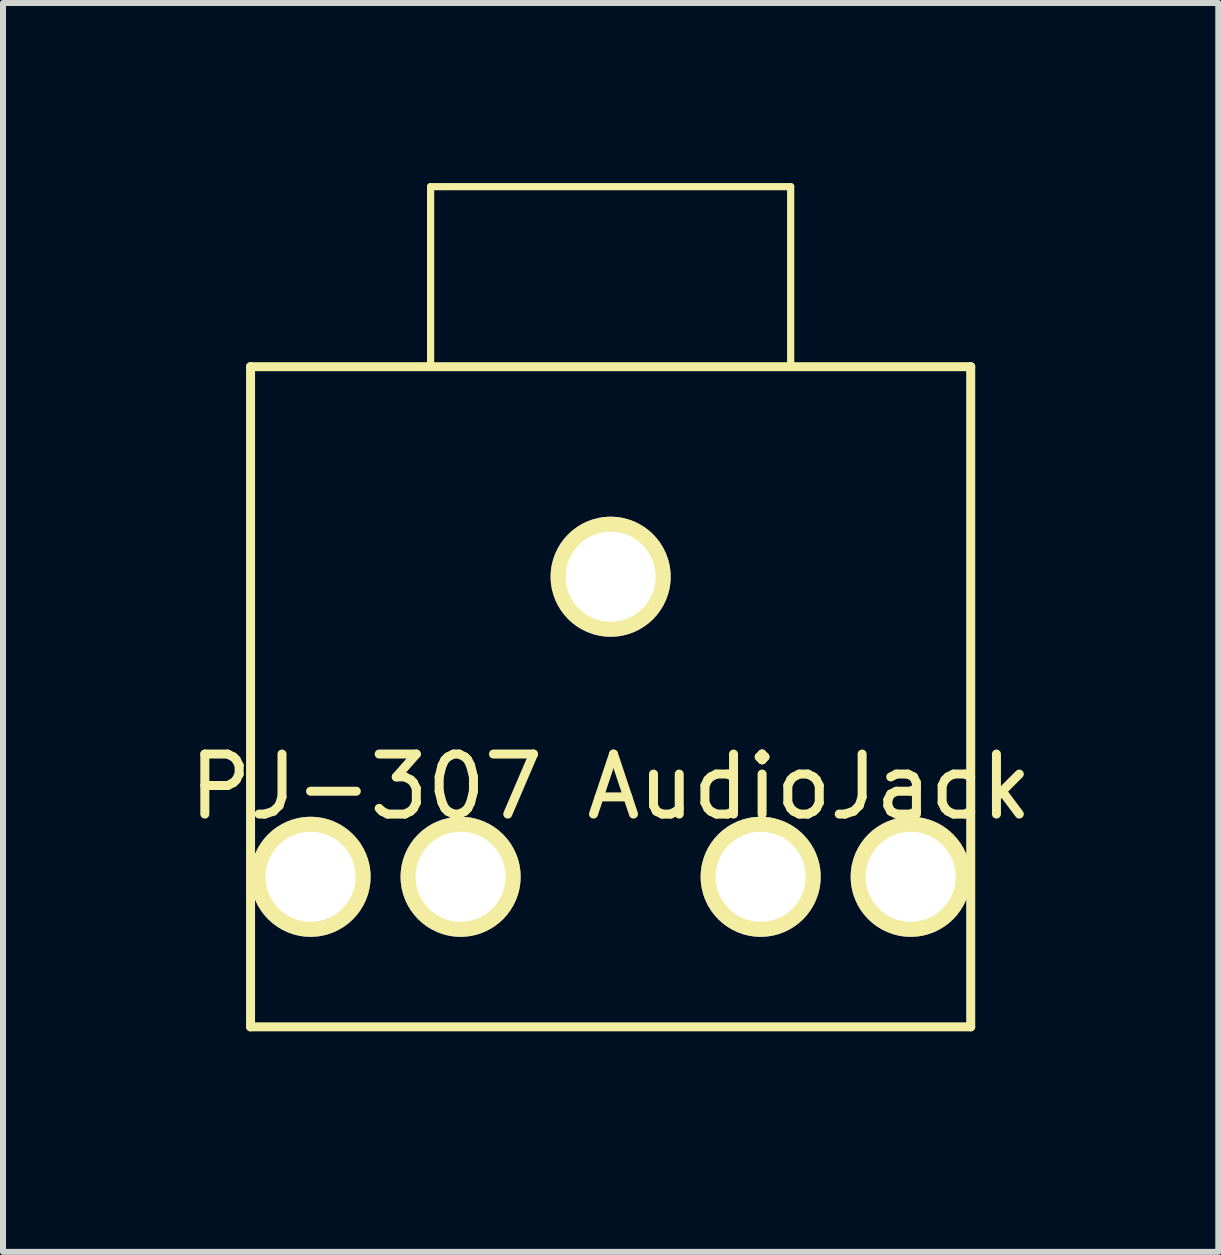
<source format=kicad_pcb>
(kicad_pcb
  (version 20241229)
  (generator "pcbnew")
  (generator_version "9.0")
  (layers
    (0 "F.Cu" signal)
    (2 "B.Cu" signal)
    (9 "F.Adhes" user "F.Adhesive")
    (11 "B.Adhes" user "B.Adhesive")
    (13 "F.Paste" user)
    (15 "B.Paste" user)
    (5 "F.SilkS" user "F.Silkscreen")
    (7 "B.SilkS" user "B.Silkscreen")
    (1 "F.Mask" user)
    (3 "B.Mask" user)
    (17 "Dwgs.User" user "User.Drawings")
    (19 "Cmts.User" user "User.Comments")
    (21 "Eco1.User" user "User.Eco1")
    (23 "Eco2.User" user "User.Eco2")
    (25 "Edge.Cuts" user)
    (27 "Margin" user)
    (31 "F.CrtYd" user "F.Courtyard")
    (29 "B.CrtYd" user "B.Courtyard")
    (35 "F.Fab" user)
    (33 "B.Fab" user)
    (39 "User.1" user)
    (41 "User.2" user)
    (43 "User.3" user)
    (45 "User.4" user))
  (footprint "PJ-307 AudioJack"
    (layer "F.Cu")
    (at 7.125 14.56)
    (property "Reference" "PJ-307 AudioJack" (at 0 -4.5 0) (layer "F.SilkS") (effects (font (size 1 1) (thickness 0.15))))
    (attr through_hole)
    (fp_line (start -6 -11.5) (end 6 -11.5) (stroke (width 0.15) (type solid)) (layer "F.SilkS"))
    (fp_line (start -6 -0.5) (end -6 -11.5) (stroke (width 0.15) (type solid)) (layer "F.SilkS"))
    (fp_line (start -3 -14.5) (end 3 -14.5) (stroke (width 0.12) (type solid)) (layer "F.SilkS"))
    (fp_line (start -3 -11.5) (end -3 -14.5) (stroke (width 0.12) (type solid)) (layer "F.SilkS"))
    (fp_line (start 3 -14.5) (end 3 -11.5) (stroke (width 0.12) (type solid)) (layer "F.SilkS"))
    (fp_line (start 6 -11.5) (end 6 -0.5) (stroke (width 0.15) (type solid)) (layer "F.SilkS"))
    (fp_line (start 6 -0.5) (end -6 -0.5) (stroke (width 0.15) (type solid)) (layer "F.SilkS"))
    (pad "1" thru_hole circle (at 0 -8) (size 2 2) (drill 1.5) (layers "*.Cu" "*.Mask" "F.SilkS"))
    (pad "2" thru_hole circle (at -5 -3) (size 2 2) (drill 1.5) (layers "*.Cu" "*.Mask" "F.SilkS"))
    (pad "3" thru_hole circle (at -2.5 -3) (size 2 2) (drill 1.5) (layers "*.Cu" "*.Mask" "F.SilkS"))
    (pad "4" thru_hole circle (at 2.5 -3) (size 2 2) (drill 1.5) (layers "*.Cu" "*.Mask" "F.SilkS"))
    (pad "5" thru_hole circle (at 5 -3) (size 2 2) (drill 1.5) (layers "*.Cu" "*.Mask" "F.SilkS")))
  (gr_rect
    (start -3 -3)
    (end 17.25 17.81)
    (stroke (width 0.1) (type default))
    (fill no)
    (layer "Edge.Cuts")))
</source>
